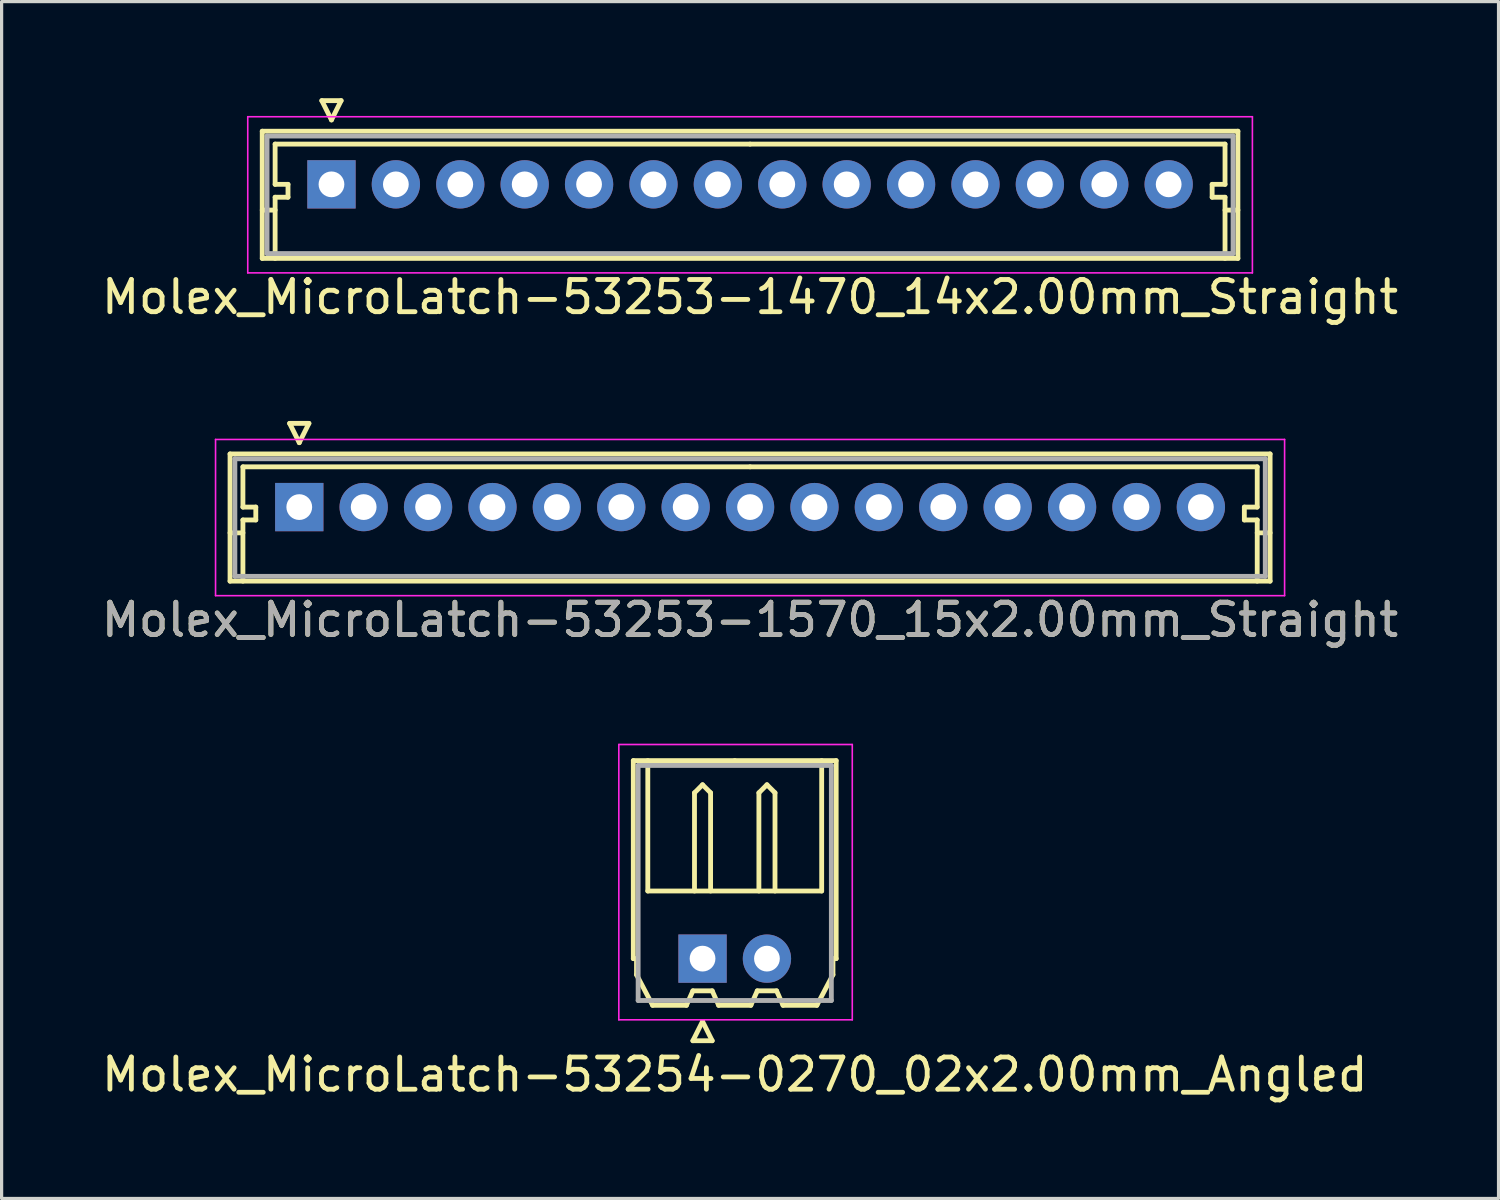
<source format=kicad_pcb>
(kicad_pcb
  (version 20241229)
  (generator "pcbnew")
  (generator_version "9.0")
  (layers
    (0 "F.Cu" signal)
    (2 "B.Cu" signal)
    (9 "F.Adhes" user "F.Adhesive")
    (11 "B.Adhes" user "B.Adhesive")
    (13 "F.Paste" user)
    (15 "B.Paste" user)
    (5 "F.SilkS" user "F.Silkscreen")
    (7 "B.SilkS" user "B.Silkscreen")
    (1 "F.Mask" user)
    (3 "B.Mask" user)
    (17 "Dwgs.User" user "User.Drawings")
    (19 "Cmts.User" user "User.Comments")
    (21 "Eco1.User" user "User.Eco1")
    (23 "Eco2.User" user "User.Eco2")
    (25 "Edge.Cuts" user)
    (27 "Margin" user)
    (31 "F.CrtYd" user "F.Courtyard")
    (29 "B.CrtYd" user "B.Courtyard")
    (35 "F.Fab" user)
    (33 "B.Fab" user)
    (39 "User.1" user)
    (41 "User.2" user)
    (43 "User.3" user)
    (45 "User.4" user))
  (footprint "Molex_MicroLatch-53253-1470_14x2.00mm_Straight"
    (layer "F.Cu")
    (at 7.244 2.675)
    (property "Reference" "Molex_MicroLatch-53253-1470_14x2.00mm_Straight" (at 13 3.5 0) (layer "F.SilkS") (effects (font (size 1 1) (thickness 0.15))))
    (attr through_hole)
    (fp_line (start -2.15 -1.65) (end -2.15 2.3) (stroke (width 0.15) (type solid)) (layer "F.SilkS"))
    (fp_line (start -2.15 0.8) (end -1.75 0.8) (stroke (width 0.15) (type solid)) (layer "F.SilkS"))
    (fp_line (start -2.15 2.3) (end 28.15 2.3) (stroke (width 0.15) (type solid)) (layer "F.SilkS"))
    (fp_line (start -1.75 -1.25) (end -1.75 0) (stroke (width 0.15) (type solid)) (layer "F.SilkS"))
    (fp_line (start -1.75 0) (end -1.35 0) (stroke (width 0.15) (type solid)) (layer "F.SilkS"))
    (fp_line (start -1.75 0.4) (end -1.75 2.3) (stroke (width 0.15) (type solid)) (layer "F.SilkS"))
    (fp_line (start -1.35 0) (end -1.35 0.4) (stroke (width 0.15) (type solid)) (layer "F.SilkS"))
    (fp_line (start -1.35 0.4) (end -1.75 0.4) (stroke (width 0.15) (type solid)) (layer "F.SilkS"))
    (fp_line (start -0.3 -2.6) (end 0.3 -2.6) (stroke (width 0.15) (type solid)) (layer "F.SilkS"))
    (fp_line (start 0 -2) (end -0.3 -2.6) (stroke (width 0.15) (type solid)) (layer "F.SilkS"))
    (fp_line (start 0.3 -2.6) (end 0 -2) (stroke (width 0.15) (type solid)) (layer "F.SilkS"))
    (fp_line (start 13 -1.25) (end -1.75 -1.25) (stroke (width 0.15) (type solid)) (layer "F.SilkS"))
    (fp_line (start 13 -1.25) (end 27.75 -1.25) (stroke (width 0.15) (type solid)) (layer "F.SilkS"))
    (fp_line (start 27.35 0) (end 27.35 0.4) (stroke (width 0.15) (type solid)) (layer "F.SilkS"))
    (fp_line (start 27.35 0.4) (end 27.75 0.4) (stroke (width 0.15) (type solid)) (layer "F.SilkS"))
    (fp_line (start 27.75 -1.25) (end 27.75 0) (stroke (width 0.15) (type solid)) (layer "F.SilkS"))
    (fp_line (start 27.75 0) (end 27.35 0) (stroke (width 0.15) (type solid)) (layer "F.SilkS"))
    (fp_line (start 27.75 0.4) (end 27.75 2.3) (stroke (width 0.15) (type solid)) (layer "F.SilkS"))
    (fp_line (start 28.15 -1.65) (end -2.15 -1.65) (stroke (width 0.15) (type solid)) (layer "F.SilkS"))
    (fp_line (start 28.15 0.8) (end 27.75 0.8) (stroke (width 0.15) (type solid)) (layer "F.SilkS"))
    (fp_line (start 28.15 2.3) (end 28.15 -1.65) (stroke (width 0.15) (type solid)) (layer "F.SilkS"))
    (fp_line (start -2.6 -2.1) (end -2.6 2.75) (stroke (width 0.05) (type solid)) (layer "F.CrtYd"))
    (fp_line (start -2.6 2.75) (end 28.6 2.75) (stroke (width 0.05) (type solid)) (layer "F.CrtYd"))
    (fp_line (start 28.6 -2.1) (end -2.6 -2.1) (stroke (width 0.05) (type solid)) (layer "F.CrtYd"))
    (fp_line (start 28.6 2.75) (end 28.6 -2.1) (stroke (width 0.05) (type solid)) (layer "F.CrtYd"))
    (fp_line (start -2 -1.5) (end -2 2.15) (stroke (width 0.15) (type solid)) (layer "F.Fab"))
    (fp_line (start -2 2.15) (end 28 2.15) (stroke (width 0.15) (type solid)) (layer "F.Fab"))
    (fp_line (start 28 -1.5) (end -2 -1.5) (stroke (width 0.15) (type solid)) (layer "F.Fab"))
    (fp_line (start 28 2.15) (end 28 -1.5) (stroke (width 0.15) (type solid)) (layer "F.Fab"))
    (pad "1" thru_hole rect (at 0 0) (size 1.5 1.5) (drill 0.8) (layers "*.Cu" "*.Mask"))
    (pad "2" thru_hole circle (at 2 0) (size 1.5 1.5) (drill 0.8) (layers "*.Cu" "*.Mask"))
    (pad "3" thru_hole circle (at 4 0) (size 1.5 1.5) (drill 0.8) (layers "*.Cu" "*.Mask"))
    (pad "4" thru_hole circle (at 6 0) (size 1.5 1.5) (drill 0.8) (layers "*.Cu" "*.Mask"))
    (pad "5" thru_hole circle (at 8 0) (size 1.5 1.5) (drill 0.8) (layers "*.Cu" "*.Mask"))
    (pad "6" thru_hole circle (at 10 0) (size 1.5 1.5) (drill 0.8) (layers "*.Cu" "*.Mask"))
    (pad "7" thru_hole circle (at 12 0) (size 1.5 1.5) (drill 0.8) (layers "*.Cu" "*.Mask"))
    (pad "8" thru_hole circle (at 14 0) (size 1.5 1.5) (drill 0.8) (layers "*.Cu" "*.Mask"))
    (pad "9" thru_hole circle (at 16 0) (size 1.5 1.5) (drill 0.8) (layers "*.Cu" "*.Mask"))
    (pad "10" thru_hole circle (at 18 0) (size 1.5 1.5) (drill 0.8) (layers "*.Cu" "*.Mask"))
    (pad "11" thru_hole circle (at 20 0) (size 1.5 1.5) (drill 0.8) (layers "*.Cu" "*.Mask"))
    (pad "12" thru_hole circle (at 22 0) (size 1.5 1.5) (drill 0.8) (layers "*.Cu" "*.Mask"))
    (pad "13" thru_hole circle (at 24 0) (size 1.5 1.5) (drill 0.8) (layers "*.Cu" "*.Mask"))
    (pad "14" thru_hole circle (at 26 0) (size 1.5 1.5) (drill 0.8) (layers "*.Cu" "*.Mask")))
  (footprint "Molex_MicroLatch-53254-0270_02x2.00mm_Angled"
    (layer "F.Cu")
    (at 18.768 26.721)
    (property "Reference" "Molex_MicroLatch-53254-0270_02x2.00mm_Angled" (at 1 3.6 0) (layer "F.SilkS") (effects (font (size 1 1) (thickness 0.15))))
    (attr through_hole)
    (fp_line (start -2.15 -6.15) (end 1 -6.15) (stroke (width 0.15) (type solid)) (layer "F.SilkS"))
    (fp_line (start -2.15 0) (end -2.15 -6.15) (stroke (width 0.15) (type solid)) (layer "F.SilkS"))
    (fp_line (start -2.05 0) (end -2.15 0) (stroke (width 0.15) (type solid)) (layer "F.SilkS"))
    (fp_line (start -2.05 0.5) (end -2.05 0) (stroke (width 0.15) (type solid)) (layer "F.SilkS"))
    (fp_line (start -1.7 -6.15) (end -1.7 -2.1) (stroke (width 0.15) (type solid)) (layer "F.SilkS"))
    (fp_line (start -1.7 -2.1) (end 3.7 -2.1) (stroke (width 0.15) (type solid)) (layer "F.SilkS"))
    (fp_line (start -1.55 1.45) (end -2.05 0.5) (stroke (width 0.15) (type solid)) (layer "F.SilkS"))
    (fp_line (start -0.5 1.45) (end -1.55 1.45) (stroke (width 0.15) (type solid)) (layer "F.SilkS"))
    (fp_line (start -0.3 1) (end -0.5 1.45) (stroke (width 0.15) (type solid)) (layer "F.SilkS"))
    (fp_line (start -0.3 1) (end 0.3 1) (stroke (width 0.15) (type solid)) (layer "F.SilkS"))
    (fp_line (start -0.3 2.55) (end 0.3 2.55) (stroke (width 0.15) (type solid)) (layer "F.SilkS"))
    (fp_line (start -0.25 -5.15) (end 0 -5.4) (stroke (width 0.15) (type solid)) (layer "F.SilkS"))
    (fp_line (start -0.25 -2.1) (end -0.25 -5.15) (stroke (width 0.15) (type solid)) (layer "F.SilkS"))
    (fp_line (start 0 -5.4) (end 0.25 -5.15) (stroke (width 0.15) (type solid)) (layer "F.SilkS"))
    (fp_line (start 0 1.95) (end -0.3 2.55) (stroke (width 0.15) (type solid)) (layer "F.SilkS"))
    (fp_line (start 0.25 -5.15) (end 0.25 -2.1) (stroke (width 0.15) (type solid)) (layer "F.SilkS"))
    (fp_line (start 0.3 1) (end 0.5 1.45) (stroke (width 0.15) (type solid)) (layer "F.SilkS"))
    (fp_line (start 0.3 2.55) (end 0 1.95) (stroke (width 0.15) (type solid)) (layer "F.SilkS"))
    (fp_line (start 0.5 1.45) (end 1.5 1.45) (stroke (width 0.15) (type solid)) (layer "F.SilkS"))
    (fp_line (start 1.5 1.45) (end 1.7 1) (stroke (width 0.15) (type solid)) (layer "F.SilkS"))
    (fp_line (start 1.7 1) (end 2.3 1) (stroke (width 0.15) (type solid)) (layer "F.SilkS"))
    (fp_line (start 1.75 -5.15) (end 2 -5.4) (stroke (width 0.15) (type solid)) (layer "F.SilkS"))
    (fp_line (start 1.75 -2.1) (end 1.75 -5.15) (stroke (width 0.15) (type solid)) (layer "F.SilkS"))
    (fp_line (start 2 -5.4) (end 2.25 -5.15) (stroke (width 0.15) (type solid)) (layer "F.SilkS"))
    (fp_line (start 2.25 -5.15) (end 2.25 -2.1) (stroke (width 0.15) (type solid)) (layer "F.SilkS"))
    (fp_line (start 2.3 1) (end 2.5 1.45) (stroke (width 0.15) (type solid)) (layer "F.SilkS"))
    (fp_line (start 2.5 1.45) (end 3.55 1.45) (stroke (width 0.15) (type solid)) (layer "F.SilkS"))
    (fp_line (start 3.55 1.45) (end 4.05 0.5) (stroke (width 0.15) (type solid)) (layer "F.SilkS"))
    (fp_line (start 3.7 -2.1) (end 3.7 -6.15) (stroke (width 0.15) (type solid)) (layer "F.SilkS"))
    (fp_line (start 4.05 0) (end 4.15 0) (stroke (width 0.15) (type solid)) (layer "F.SilkS"))
    (fp_line (start 4.05 0.5) (end 4.05 0) (stroke (width 0.15) (type solid)) (layer "F.SilkS"))
    (fp_line (start 4.15 -6.15) (end 1 -6.15) (stroke (width 0.15) (type solid)) (layer "F.SilkS"))
    (fp_line (start 4.15 0) (end 4.15 -6.15) (stroke (width 0.15) (type solid)) (layer "F.SilkS"))
    (fp_line (start -2.6 -6.65) (end -2.6 1.9) (stroke (width 0.05) (type solid)) (layer "F.CrtYd"))
    (fp_line (start -2.6 1.9) (end 4.65 1.9) (stroke (width 0.05) (type solid)) (layer "F.CrtYd"))
    (fp_line (start 4.65 -6.65) (end -2.6 -6.65) (stroke (width 0.05) (type solid)) (layer "F.CrtYd"))
    (fp_line (start 4.65 1.9) (end 4.65 -6.65) (stroke (width 0.05) (type solid)) (layer "F.CrtYd"))
    (fp_line (start -2 -6) (end -2 1.3) (stroke (width 0.15) (type solid)) (layer "F.Fab"))
    (fp_line (start -2 1.3) (end 4 1.3) (stroke (width 0.15) (type solid)) (layer "F.Fab"))
    (fp_line (start 4 -6) (end -2 -6) (stroke (width 0.15) (type solid)) (layer "F.Fab"))
    (fp_line (start 4 1.3) (end 4 -6) (stroke (width 0.15) (type solid)) (layer "F.Fab"))
    (pad "1" thru_hole rect (at 0 0) (size 1.5 1.5) (drill 0.8) (layers "*.Cu" "*.Mask"))
    (pad "2" thru_hole circle (at 2 0) (size 1.5 1.5) (drill 0.8) (layers "*.Cu" "*.Mask")))
  (footprint "Molex_MicroLatch-53253-1570_15x2.00mm_Straight"
    (layer "F.Cu")
    (at 6.244 12.698)
    (property "Reference" "Molex_MicroLatch-53253-1570_15x2.00mm_Straight" (at 14 3.5 0) (layer "F.SilkS") (effects (font (size 1 1) (thickness 0.15))))
    (attr through_hole)
    (fp_line (start -2.15 -1.65) (end -2.15 2.3) (stroke (width 0.15) (type solid)) (layer "F.SilkS"))
    (fp_line (start -2.15 0.8) (end -1.75 0.8) (stroke (width 0.15) (type solid)) (layer "F.SilkS"))
    (fp_line (start -2.15 2.3) (end 30.15 2.3) (stroke (width 0.15) (type solid)) (layer "F.SilkS"))
    (fp_line (start -1.75 -1.25) (end -1.75 0) (stroke (width 0.15) (type solid)) (layer "F.SilkS"))
    (fp_line (start -1.75 0) (end -1.35 0) (stroke (width 0.15) (type solid)) (layer "F.SilkS"))
    (fp_line (start -1.75 0.4) (end -1.75 2.3) (stroke (width 0.15) (type solid)) (layer "F.SilkS"))
    (fp_line (start -1.35 0) (end -1.35 0.4) (stroke (width 0.15) (type solid)) (layer "F.SilkS"))
    (fp_line (start -1.35 0.4) (end -1.75 0.4) (stroke (width 0.15) (type solid)) (layer "F.SilkS"))
    (fp_line (start -0.3 -2.6) (end 0.3 -2.6) (stroke (width 0.15) (type solid)) (layer "F.SilkS"))
    (fp_line (start 0 -2) (end -0.3 -2.6) (stroke (width 0.15) (type solid)) (layer "F.SilkS"))
    (fp_line (start 0.3 -2.6) (end 0 -2) (stroke (width 0.15) (type solid)) (layer "F.SilkS"))
    (fp_line (start 14 -1.25) (end -1.75 -1.25) (stroke (width 0.15) (type solid)) (layer "F.SilkS"))
    (fp_line (start 14 -1.25) (end 29.75 -1.25) (stroke (width 0.15) (type solid)) (layer "F.SilkS"))
    (fp_line (start 29.35 0) (end 29.35 0.4) (stroke (width 0.15) (type solid)) (layer "F.SilkS"))
    (fp_line (start 29.35 0.4) (end 29.75 0.4) (stroke (width 0.15) (type solid)) (layer "F.SilkS"))
    (fp_line (start 29.75 -1.25) (end 29.75 0) (stroke (width 0.15) (type solid)) (layer "F.SilkS"))
    (fp_line (start 29.75 0) (end 29.35 0) (stroke (width 0.15) (type solid)) (layer "F.SilkS"))
    (fp_line (start 29.75 0.4) (end 29.75 2.3) (stroke (width 0.15) (type solid)) (layer "F.SilkS"))
    (fp_line (start 30.15 -1.65) (end -2.15 -1.65) (stroke (width 0.15) (type solid)) (layer "F.SilkS"))
    (fp_line (start 30.15 0.8) (end 29.75 0.8) (stroke (width 0.15) (type solid)) (layer "F.SilkS"))
    (fp_line (start 30.15 2.3) (end 30.15 -1.65) (stroke (width 0.15) (type solid)) (layer "F.SilkS"))
    (fp_line (start -2.6 -2.1) (end -2.6 2.75) (stroke (width 0.05) (type solid)) (layer "F.CrtYd"))
    (fp_line (start -2.6 2.75) (end 30.6 2.75) (stroke (width 0.05) (type solid)) (layer "F.CrtYd"))
    (fp_line (start 30.6 -2.1) (end -2.6 -2.1) (stroke (width 0.05) (type solid)) (layer "F.CrtYd"))
    (fp_line (start 30.6 2.75) (end 30.6 -2.1) (stroke (width 0.05) (type solid)) (layer "F.CrtYd"))
    (fp_line (start -2 -1.5) (end -2 2.15) (stroke (width 0.15) (type solid)) (layer "F.Fab"))
    (fp_line (start -2 2.15) (end 30 2.15) (stroke (width 0.15) (type solid)) (layer "F.Fab"))
    (fp_line (start 30 -1.5) (end -2 -1.5) (stroke (width 0.15) (type solid)) (layer "F.Fab"))
    (fp_line (start 30 2.15) (end 30 -1.5) (stroke (width 0.15) (type solid)) (layer "F.Fab"))
    (fp_text user "${REFERENCE}" (at 14 3.5 0) (layer "F.Fab") (effects (font (size 1 1) (thickness 0.15))))
    (pad "1" thru_hole rect (at 0 0) (size 1.5 1.5) (drill 0.8) (layers "*.Cu" "*.Mask"))
    (pad "2" thru_hole circle (at 2 0) (size 1.5 1.5) (drill 0.8) (layers "*.Cu" "*.Mask"))
    (pad "3" thru_hole circle (at 4 0) (size 1.5 1.5) (drill 0.8) (layers "*.Cu" "*.Mask"))
    (pad "4" thru_hole circle (at 6 0) (size 1.5 1.5) (drill 0.8) (layers "*.Cu" "*.Mask"))
    (pad "5" thru_hole circle (at 8 0) (size 1.5 1.5) (drill 0.8) (layers "*.Cu" "*.Mask"))
    (pad "6" thru_hole circle (at 10 0) (size 1.5 1.5) (drill 0.8) (layers "*.Cu" "*.Mask"))
    (pad "7" thru_hole circle (at 12 0) (size 1.5 1.5) (drill 0.8) (layers "*.Cu" "*.Mask"))
    (pad "8" thru_hole circle (at 14 0) (size 1.5 1.5) (drill 0.8) (layers "*.Cu" "*.Mask"))
    (pad "9" thru_hole circle (at 16 0) (size 1.5 1.5) (drill 0.8) (layers "*.Cu" "*.Mask"))
    (pad "10" thru_hole circle (at 18 0) (size 1.5 1.5) (drill 0.8) (layers "*.Cu" "*.Mask"))
    (pad "11" thru_hole circle (at 20 0) (size 1.5 1.5) (drill 0.8) (layers "*.Cu" "*.Mask"))
    (pad "12" thru_hole circle (at 22 0) (size 1.5 1.5) (drill 0.8) (layers "*.Cu" "*.Mask"))
    (pad "13" thru_hole circle (at 24 0) (size 1.5 1.5) (drill 0.8) (layers "*.Cu" "*.Mask"))
    (pad "14" thru_hole circle (at 26 0) (size 1.5 1.5) (drill 0.8) (layers "*.Cu" "*.Mask"))
    (pad "15" thru_hole circle (at 28 0) (size 1.5 1.5) (drill 0.8) (layers "*.Cu" "*.Mask")))
  (gr_rect
    (start -3 -3)
    (end 43.488 34.17)
    (stroke (width 0.1) (type default))
    (fill no)
    (layer "Edge.Cuts")))
</source>
